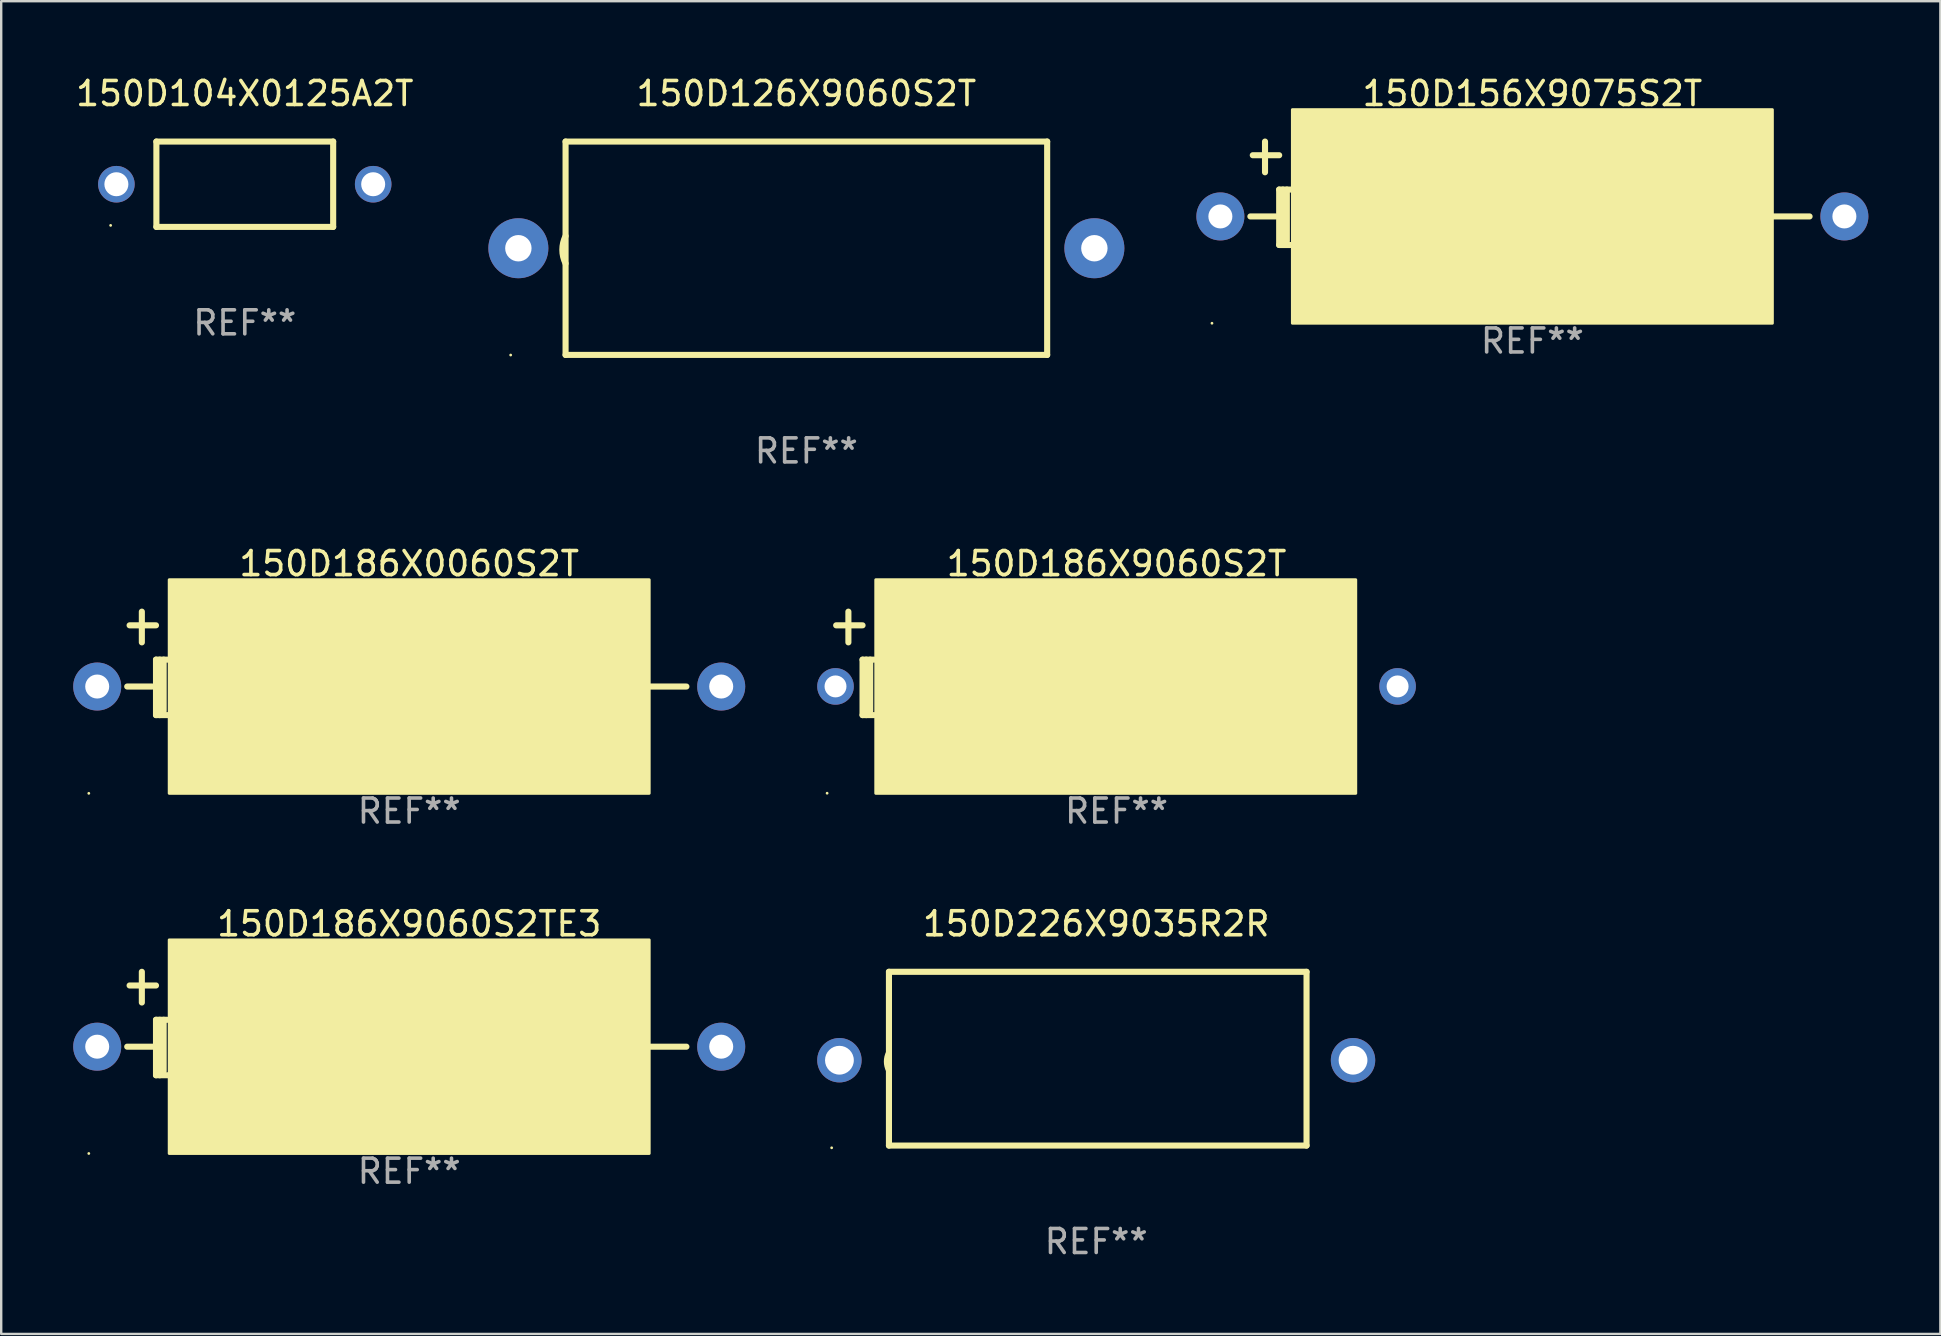
<source format=kicad_pcb>
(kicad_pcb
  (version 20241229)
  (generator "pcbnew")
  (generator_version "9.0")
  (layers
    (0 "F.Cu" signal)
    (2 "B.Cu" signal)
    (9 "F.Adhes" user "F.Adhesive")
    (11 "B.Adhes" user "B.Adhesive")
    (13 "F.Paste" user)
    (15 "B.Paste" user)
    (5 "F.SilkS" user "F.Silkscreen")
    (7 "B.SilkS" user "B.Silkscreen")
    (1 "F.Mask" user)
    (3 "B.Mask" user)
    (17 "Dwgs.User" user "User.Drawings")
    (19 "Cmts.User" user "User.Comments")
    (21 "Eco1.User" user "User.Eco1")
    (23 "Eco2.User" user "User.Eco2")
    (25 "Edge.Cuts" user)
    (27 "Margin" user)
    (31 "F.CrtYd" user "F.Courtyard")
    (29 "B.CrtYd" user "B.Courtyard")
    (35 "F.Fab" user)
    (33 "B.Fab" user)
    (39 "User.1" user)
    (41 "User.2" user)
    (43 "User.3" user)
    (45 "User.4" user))
  (footprint "150D186X9060S2TE3"
    (layer "F.Cu")
    (at 14 39.596)
    (property "Reference" "150D186X9060S2TE3" (at 0 -4.155 0) (layer "F.SilkS") (effects (font (size 1 1) (thickness 0.15))))
    (attr through_hole)
    (fp_line (start -11.65 -1.585) (end -10.55 -1.585) (stroke (width 0.254) (type solid)) (layer "F.SilkS"))
    (fp_line (start -11.14 -2.155) (end -11.14 -0.875) (stroke (width 0.254) (type solid)) (layer "F.SilkS"))
    (fp_line (start -10.7 0.965) (end -11.75 0.965) (stroke (width 0.254) (type solid)) (layer "F.SilkS"))
    (fp_line (start -10.55 -0.155) (end -10.55 2.155) (stroke (width 0.254) (type solid)) (layer "F.SilkS"))
    (fp_line (start -10.55 2.155) (end -10.08 2.155) (stroke (width 0.254) (type solid)) (layer "F.SilkS"))
    (fp_line (start -10.396 -0.155) (end -10.396 2.155) (stroke (width 0.254) (type solid)) (layer "F.SilkS"))
    (fp_line (start -10.231 -0.155) (end -10.231 1.985) (stroke (width 0.254) (type solid)) (layer "F.SilkS"))
    (fp_line (start -10.08 -0.155) (end -10.55 -0.155) (stroke (width 0.254) (type solid)) (layer "F.SilkS"))
    (fp_line (start 10 0.965) (end 11.55 0.965) (stroke (width 0.254) (type solid)) (layer "F.SilkS"))
    (fp_circle (center -13.35 5.415) (end -13.32 5.415) (stroke (width 0.06) (type solid)) (fill no) (layer "F.SilkS"))
    (fp_poly (pts (xy -10 -3.485) (xy 10 -3.485) (xy 10 5.415) (xy -10 5.415)) (stroke (width 0.12) (type solid)) (fill yes) (layer "F.SilkS"))
    (fp_text user "REF**" (at 0 6.155 0) (layer "F.Fab") (effects (font (size 1 1) (thickness 0.15))))
    (pad "1" thru_hole circle (at -13 0.965) (size 2 2) (drill 1) (layers "*.Cu" "*.Mask"))
    (pad "2" thru_hole circle (at 13 0.965) (size 2 2) (drill 1) (layers "*.Cu" "*.Mask")))
  (footprint "150D126X9060S2T"
    (layer "F.Cu")
    (at 30.548 7.293)
    (property "Reference" "150D126X9060S2T" (at 0 -6.445 0) (layer "F.SilkS") (effects (font (size 1 1) (thickness 0.15))))
    (attr through_hole)
    (fp_line (start -10.033 -4.445) (end -10.033 4.445) (stroke (width 0.254) (type solid)) (layer "F.SilkS"))
    (fp_line (start -10.033 4.445) (end 10.033 4.445) (stroke (width 0.254) (type solid)) (layer "F.SilkS"))
    (fp_line (start 10.033 -4.445) (end -10.033 -4.445) (stroke (width 0.254) (type solid)) (layer "F.SilkS"))
    (fp_line (start 10.033 4.445) (end 10.033 -4.445) (stroke (width 0.254) (type solid)) (layer "F.SilkS"))
    (fp_arc (start -10.03302 0.635001) (mid -10.167933 0.0635) (end -10.03302 -0.508001) (stroke (width 0.254001) (type solid)) (layer "F.SilkS"))
    (fp_circle (center -12.32 4.45) (end -12.29 4.45) (stroke (width 0.06) (type solid)) (fill no) (layer "F.SilkS"))
    (fp_text user "REF**" (at 0 8.445 0) (layer "F.Fab") (effects (font (size 1 1) (thickness 0.15))))
    (pad "1" thru_hole circle (at -12 0) (size 2.5 2.5) (drill 1.1) (layers "*.Cu" "*.Mask"))
    (pad "2" thru_hole circle (at 12 0) (size 2.5 2.5) (drill 1.1) (layers "*.Cu" "*.Mask")))
  (footprint "150D226X9035R2R"
    (layer "F.Cu")
    (at 42.625 41.061)
    (property "Reference" "150D226X9035R2R" (at 0 -5.62 0) (layer "F.SilkS") (effects (font (size 1 1) (thickness 0.15))))
    (attr through_hole)
    (fp_line (start -8.636 -3.62) (end -8.636 3.62) (stroke (width 0.254) (type solid)) (layer "F.SilkS"))
    (fp_line (start -8.636 3.62) (end 8.763 3.62) (stroke (width 0.254) (type solid)) (layer "F.SilkS"))
    (fp_line (start 8.763 -3.62) (end -8.636 -3.62) (stroke (width 0.254) (type solid)) (layer "F.SilkS"))
    (fp_line (start 8.763 3.62) (end 8.763 -3.62) (stroke (width 0.254) (type solid)) (layer "F.SilkS"))
    (fp_arc (start -8.636017 0.480061) (mid -8.72152 0.117869) (end -8.636017 -0.244323) (stroke (width 0.254001) (type solid)) (layer "F.SilkS"))
    (fp_circle (center -11.023 3.713) (end -10.993 3.713) (stroke (width 0.06) (type solid)) (fill no) (layer "F.SilkS"))
    (fp_text user "REF**" (at 0 7.62 0) (layer "F.Fab") (effects (font (size 1 1) (thickness 0.15))))
    (pad "1" thru_hole circle (at -10.7 0.064) (size 1.85 1.85) (drill 1.2) (layers "*.Cu" "*.Mask"))
    (pad "2" thru_hole circle (at 10.7 0.064) (size 1.85 1.85) (drill 1.2) (layers "*.Cu" "*.Mask")))
  (footprint "150D186X9060S2T"
    (layer "F.Cu")
    (at 43.472 24.59)
    (property "Reference" "150D186X9060S2T" (at 0 -4.155 0) (layer "F.SilkS") (effects (font (size 1 1) (thickness 0.15))))
    (attr through_hole)
    (fp_line (start -11.683 -1.585) (end -10.583 -1.585) (stroke (width 0.254) (type solid)) (layer "F.SilkS"))
    (fp_line (start -11.173 -2.155) (end -11.173 -0.875) (stroke (width 0.254) (type solid)) (layer "F.SilkS"))
    (fp_line (start -10.583 -0.155) (end -10.583 2.155) (stroke (width 0.254) (type solid)) (layer "F.SilkS"))
    (fp_line (start -10.583 2.155) (end -10.113 2.155) (stroke (width 0.254) (type solid)) (layer "F.SilkS"))
    (fp_line (start -10.429 -0.155) (end -10.429 2.155) (stroke (width 0.254) (type solid)) (layer "F.SilkS"))
    (fp_line (start -10.264 -0.155) (end -10.264 1.985) (stroke (width 0.254) (type solid)) (layer "F.SilkS"))
    (fp_line (start -10.113 -0.155) (end -10.583 -0.155) (stroke (width 0.254) (type solid)) (layer "F.SilkS"))
    (fp_circle (center -12.06 5.41) (end -12.03 5.41) (stroke (width 0.06) (type solid)) (fill no) (layer "F.SilkS"))
    (fp_poly (pts (xy -10.033 -3.485) (xy 9.967 -3.485) (xy 9.967 5.415) (xy -10.033 5.415)) (stroke (width 0.12) (type solid)) (fill yes) (layer "F.SilkS"))
    (fp_text user "REF**" (at 0 6.155 0) (layer "F.Fab") (effects (font (size 1 1) (thickness 0.15))))
    (pad "1" thru_hole circle (at -11.71 0.96) (size 1.524 1.524) (drill 0.914) (layers "*.Cu" "*.Mask"))
    (pad "2" thru_hole circle (at 11.71 0.96) (size 1.524 1.524) (drill 0.914) (layers "*.Cu" "*.Mask")))
  (footprint "150D186X0060S2T"
    (layer "F.Cu")
    (at 14 24.59)
    (property "Reference" "150D186X0060S2T" (at 0 -4.155 0) (layer "F.SilkS") (effects (font (size 1 1) (thickness 0.15))))
    (attr through_hole)
    (fp_line (start -11.65 -1.585) (end -10.55 -1.585) (stroke (width 0.254) (type solid)) (layer "F.SilkS"))
    (fp_line (start -11.14 -2.155) (end -11.14 -0.875) (stroke (width 0.254) (type solid)) (layer "F.SilkS"))
    (fp_line (start -10.7 0.965) (end -11.75 0.965) (stroke (width 0.254) (type solid)) (layer "F.SilkS"))
    (fp_line (start -10.55 -0.155) (end -10.55 2.155) (stroke (width 0.254) (type solid)) (layer "F.SilkS"))
    (fp_line (start -10.55 2.155) (end -10.08 2.155) (stroke (width 0.254) (type solid)) (layer "F.SilkS"))
    (fp_line (start -10.396 -0.155) (end -10.396 2.155) (stroke (width 0.254) (type solid)) (layer "F.SilkS"))
    (fp_line (start -10.231 -0.155) (end -10.231 1.985) (stroke (width 0.254) (type solid)) (layer "F.SilkS"))
    (fp_line (start -10.08 -0.155) (end -10.55 -0.155) (stroke (width 0.254) (type solid)) (layer "F.SilkS"))
    (fp_line (start 10 0.965) (end 11.55 0.965) (stroke (width 0.254) (type solid)) (layer "F.SilkS"))
    (fp_circle (center -13.35 5.415) (end -13.32 5.415) (stroke (width 0.06) (type solid)) (fill no) (layer "F.SilkS"))
    (fp_poly (pts (xy -10 -3.485) (xy 10 -3.485) (xy 10 5.415) (xy -10 5.415)) (stroke (width 0.12) (type solid)) (fill yes) (layer "F.SilkS"))
    (fp_text user "REF**" (at 0 6.155 0) (layer "F.Fab") (effects (font (size 1 1) (thickness 0.15))))
    (pad "1" thru_hole circle (at -13 0.965) (size 2 2) (drill 1) (layers "*.Cu" "*.Mask"))
    (pad "2" thru_hole circle (at 13 0.965) (size 2 2) (drill 1) (layers "*.Cu" "*.Mask")))
  (footprint "150D156X9075S2T"
    (layer "F.Cu")
    (at 60.798 5.003)
    (property "Reference" "150D156X9075S2T" (at 0 -4.155 0) (layer "F.SilkS") (effects (font (size 1 1) (thickness 0.15))))
    (attr through_hole)
    (fp_line (start -11.65 -1.585) (end -10.55 -1.585) (stroke (width 0.254) (type solid)) (layer "F.SilkS"))
    (fp_line (start -11.14 -2.155) (end -11.14 -0.875) (stroke (width 0.254) (type solid)) (layer "F.SilkS"))
    (fp_line (start -10.7 0.965) (end -11.75 0.965) (stroke (width 0.254) (type solid)) (layer "F.SilkS"))
    (fp_line (start -10.55 -0.155) (end -10.55 2.155) (stroke (width 0.254) (type solid)) (layer "F.SilkS"))
    (fp_line (start -10.55 2.155) (end -10.08 2.155) (stroke (width 0.254) (type solid)) (layer "F.SilkS"))
    (fp_line (start -10.396 -0.155) (end -10.396 2.155) (stroke (width 0.254) (type solid)) (layer "F.SilkS"))
    (fp_line (start -10.231 -0.155) (end -10.231 1.985) (stroke (width 0.254) (type solid)) (layer "F.SilkS"))
    (fp_line (start -10.08 -0.155) (end -10.55 -0.155) (stroke (width 0.254) (type solid)) (layer "F.SilkS"))
    (fp_line (start 10 0.965) (end 11.55 0.965) (stroke (width 0.254) (type solid)) (layer "F.SilkS"))
    (fp_circle (center -13.35 5.415) (end -13.32 5.415) (stroke (width 0.06) (type solid)) (fill no) (layer "F.SilkS"))
    (fp_poly (pts (xy -10 -3.485) (xy 10 -3.485) (xy 10 5.415) (xy -10 5.415)) (stroke (width 0.12) (type solid)) (fill yes) (layer "F.SilkS"))
    (fp_text user "REF**" (at 0 6.155 0) (layer "F.Fab") (effects (font (size 1 1) (thickness 0.15))))
    (pad "1" thru_hole circle (at -13 0.965) (size 2 2) (drill 1) (layers "*.Cu" "*.Mask"))
    (pad "2" thru_hole circle (at 13 0.965) (size 2 2) (drill 1) (layers "*.Cu" "*.Mask")))
  (footprint "150D104X0125A2T"
    (layer "F.Cu")
    (at 7.149 4.626)
    (property "Reference" "150D104X0125A2T" (at 0 -3.778 0) (layer "F.SilkS") (effects (font (size 1 1) (thickness 0.15))))
    (attr through_hole)
    (fp_line (start -3.683 -1.778) (end -3.683 1.778) (stroke (width 0.254) (type solid)) (layer "F.SilkS"))
    (fp_line (start -3.683 1.778) (end 3.683 1.778) (stroke (width 0.254) (type solid)) (layer "F.SilkS"))
    (fp_line (start 3.683 -1.778) (end -3.683 -1.778) (stroke (width 0.254) (type solid)) (layer "F.SilkS"))
    (fp_line (start 3.683 1.778) (end 3.683 -1.778) (stroke (width 0.254) (type solid)) (layer "F.SilkS"))
    (fp_circle (center -5.589 1.715) (end -5.559 1.715) (stroke (width 0.06) (type solid)) (fill no) (layer "F.SilkS"))
    (fp_text user "REF**" (at 0 5.778 0) (layer "F.Fab") (effects (font (size 1 1) (thickness 0.15))))
    (pad "1" thru_hole circle (at -5.35 0.000102) (size 1.524 1.524) (drill 1) (layers "*.Cu" "*.Mask"))
    (pad "2" thru_hole circle (at 5.35 0.000102) (size 1.524 1.524) (drill 1) (layers "*.Cu" "*.Mask")))
  (gr_rect
    (start -3 -3)
    (end 77.798 52.529)
    (stroke (width 0.1) (type default))
    (fill no)
    (layer "Edge.Cuts")))
</source>
